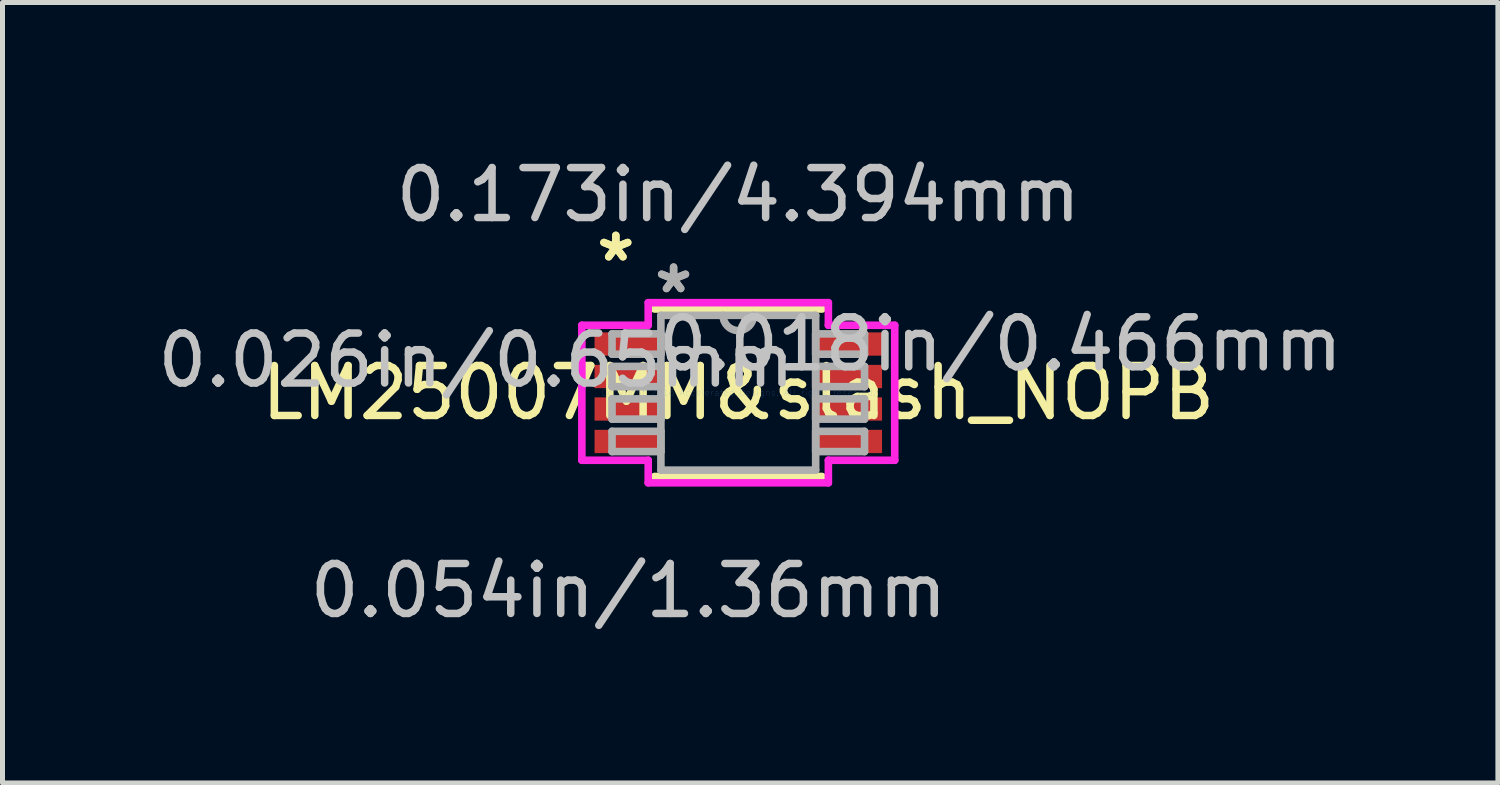
<source format=kicad_pcb>
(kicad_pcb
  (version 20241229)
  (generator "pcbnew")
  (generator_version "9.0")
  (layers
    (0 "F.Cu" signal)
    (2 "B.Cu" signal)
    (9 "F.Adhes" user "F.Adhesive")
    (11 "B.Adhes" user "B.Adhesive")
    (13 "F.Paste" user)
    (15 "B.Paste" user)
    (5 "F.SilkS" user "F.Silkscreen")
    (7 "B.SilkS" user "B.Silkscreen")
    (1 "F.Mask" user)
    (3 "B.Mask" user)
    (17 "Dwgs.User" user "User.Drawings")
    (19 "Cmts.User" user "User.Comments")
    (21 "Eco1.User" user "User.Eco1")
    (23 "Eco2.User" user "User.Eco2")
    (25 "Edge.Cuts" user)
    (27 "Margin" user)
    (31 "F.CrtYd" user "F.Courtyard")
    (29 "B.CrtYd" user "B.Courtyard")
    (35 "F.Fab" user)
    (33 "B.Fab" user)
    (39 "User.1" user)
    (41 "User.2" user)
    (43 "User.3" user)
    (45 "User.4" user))
  (footprint "LM25007MM&slash_NOPB"
    (layer "F.Cu")
    (at 11.727 4.811)
    (property "Reference" "LM25007MM&slash_NOPB" (at 0 0 0) (layer "F.SilkS") (effects (font (size 1 1) (thickness 0.15))))
    (attr through_hole)
    (fp_line (start -1.676 1.676) (end 1.676 1.676) (stroke (width 0.152) (type solid)) (layer "F.SilkS"))
    (fp_line (start 1.676 -1.676) (end -1.676 -1.676) (stroke (width 0.152) (type solid)) (layer "F.SilkS"))
    (fp_line (start -3.131 -1.351) (end -1.803 -1.351) (stroke (width 0.152) (type solid)) (layer "F.CrtYd"))
    (fp_line (start -3.131 1.351) (end -3.131 -1.351) (stroke (width 0.152) (type solid)) (layer "F.CrtYd"))
    (fp_line (start -1.803 -1.803) (end 1.803 -1.803) (stroke (width 0.152) (type solid)) (layer "F.CrtYd"))
    (fp_line (start -1.803 -1.351) (end -1.803 -1.803) (stroke (width 0.152) (type solid)) (layer "F.CrtYd"))
    (fp_line (start -1.803 1.351) (end -3.131 1.351) (stroke (width 0.152) (type solid)) (layer "F.CrtYd"))
    (fp_line (start -1.803 1.803) (end -1.803 1.351) (stroke (width 0.152) (type solid)) (layer "F.CrtYd"))
    (fp_line (start 1.803 -1.803) (end 1.803 -1.351) (stroke (width 0.152) (type solid)) (layer "F.CrtYd"))
    (fp_line (start 1.803 -1.351) (end 3.131 -1.351) (stroke (width 0.152) (type solid)) (layer "F.CrtYd"))
    (fp_line (start 1.803 1.351) (end 1.803 1.803) (stroke (width 0.152) (type solid)) (layer "F.CrtYd"))
    (fp_line (start 1.803 1.803) (end -1.803 1.803) (stroke (width 0.152) (type solid)) (layer "F.CrtYd"))
    (fp_line (start 3.131 -1.351) (end 3.131 1.351) (stroke (width 0.152) (type solid)) (layer "F.CrtYd"))
    (fp_line (start 3.131 1.351) (end 1.803 1.351) (stroke (width 0.152) (type solid)) (layer "F.CrtYd"))
    (fp_line (start -2.527 -1.178) (end -2.527 -0.772) (stroke (width 0.152) (type solid)) (layer "F.Fab"))
    (fp_line (start -2.527 -0.772) (end -1.549 -0.772) (stroke (width 0.152) (type solid)) (layer "F.Fab"))
    (fp_line (start -2.527 -0.528) (end -2.527 -0.122) (stroke (width 0.152) (type solid)) (layer "F.Fab"))
    (fp_line (start -2.527 -0.122) (end -1.549 -0.122) (stroke (width 0.152) (type solid)) (layer "F.Fab"))
    (fp_line (start -2.527 0.122) (end -2.527 0.528) (stroke (width 0.152) (type solid)) (layer "F.Fab"))
    (fp_line (start -2.527 0.528) (end -1.549 0.528) (stroke (width 0.152) (type solid)) (layer "F.Fab"))
    (fp_line (start -2.527 0.772) (end -2.527 1.178) (stroke (width 0.152) (type solid)) (layer "F.Fab"))
    (fp_line (start -2.527 1.178) (end -1.549 1.178) (stroke (width 0.152) (type solid)) (layer "F.Fab"))
    (fp_line (start -1.549 -1.549) (end -1.549 1.549) (stroke (width 0.152) (type solid)) (layer "F.Fab"))
    (fp_line (start -1.549 -1.178) (end -2.527 -1.178) (stroke (width 0.152) (type solid)) (layer "F.Fab"))
    (fp_line (start -1.549 -0.772) (end -1.549 -1.178) (stroke (width 0.152) (type solid)) (layer "F.Fab"))
    (fp_line (start -1.549 -0.528) (end -2.527 -0.528) (stroke (width 0.152) (type solid)) (layer "F.Fab"))
    (fp_line (start -1.549 -0.122) (end -1.549 -0.528) (stroke (width 0.152) (type solid)) (layer "F.Fab"))
    (fp_line (start -1.549 0.122) (end -2.527 0.122) (stroke (width 0.152) (type solid)) (layer "F.Fab"))
    (fp_line (start -1.549 0.528) (end -1.549 0.122) (stroke (width 0.152) (type solid)) (layer "F.Fab"))
    (fp_line (start -1.549 0.772) (end -2.527 0.772) (stroke (width 0.152) (type solid)) (layer "F.Fab"))
    (fp_line (start -1.549 1.178) (end -1.549 0.772) (stroke (width 0.152) (type solid)) (layer "F.Fab"))
    (fp_line (start -1.549 1.549) (end 1.549 1.549) (stroke (width 0.152) (type solid)) (layer "F.Fab"))
    (fp_line (start 1.549 -1.549) (end -1.549 -1.549) (stroke (width 0.152) (type solid)) (layer "F.Fab"))
    (fp_line (start 1.549 -1.178) (end 1.549 -0.772) (stroke (width 0.152) (type solid)) (layer "F.Fab"))
    (fp_line (start 1.549 -0.772) (end 2.527 -0.772) (stroke (width 0.152) (type solid)) (layer "F.Fab"))
    (fp_line (start 1.549 -0.528) (end 1.549 -0.122) (stroke (width 0.152) (type solid)) (layer "F.Fab"))
    (fp_line (start 1.549 -0.122) (end 2.527 -0.122) (stroke (width 0.152) (type solid)) (layer "F.Fab"))
    (fp_line (start 1.549 0.122) (end 1.549 0.528) (stroke (width 0.152) (type solid)) (layer "F.Fab"))
    (fp_line (start 1.549 0.528) (end 2.527 0.528) (stroke (width 0.152) (type solid)) (layer "F.Fab"))
    (fp_line (start 1.549 0.772) (end 1.549 1.178) (stroke (width 0.152) (type solid)) (layer "F.Fab"))
    (fp_line (start 1.549 1.178) (end 2.527 1.178) (stroke (width 0.152) (type solid)) (layer "F.Fab"))
    (fp_line (start 1.549 1.549) (end 1.549 -1.549) (stroke (width 0.152) (type solid)) (layer "F.Fab"))
    (fp_line (start 2.527 -1.178) (end 1.549 -1.178) (stroke (width 0.152) (type solid)) (layer "F.Fab"))
    (fp_line (start 2.527 -0.772) (end 2.527 -1.178) (stroke (width 0.152) (type solid)) (layer "F.Fab"))
    (fp_line (start 2.527 -0.528) (end 1.549 -0.528) (stroke (width 0.152) (type solid)) (layer "F.Fab"))
    (fp_line (start 2.527 -0.122) (end 2.527 -0.528) (stroke (width 0.152) (type solid)) (layer "F.Fab"))
    (fp_line (start 2.527 0.122) (end 1.549 0.122) (stroke (width 0.152) (type solid)) (layer "F.Fab"))
    (fp_line (start 2.527 0.528) (end 2.527 0.122) (stroke (width 0.152) (type solid)) (layer "F.Fab"))
    (fp_line (start 2.527 0.772) (end 1.549 0.772) (stroke (width 0.152) (type solid)) (layer "F.Fab"))
    (fp_line (start 2.527 1.178) (end 2.527 0.772) (stroke (width 0.152) (type solid)) (layer "F.Fab"))
    (fp_arc (start 0.3048 -1.5494) (mid 0 -1.2446) (end -0.3048 -1.5494) (stroke (width 0.1524) (type solid)) (layer "F.Fab"))
    (fp_text user "*" (at -2.451 -2.605 0) (layer "F.SilkS") (effects (font (size 1 1) (thickness 0.15))))
    (fp_text user "*" (at -2.451 -2.605 0) (layer "F.SilkS") (effects (font (size 1 1) (thickness 0.15))))
    (fp_text user "0.026in/0.65mm" (at -5.245 -0.65 0) (layer "Dwgs.User") (effects (font (size 1 1) (thickness 0.15))))
    (fp_text user "0.173in/4.394mm" (at 0 -3.962 0) (layer "Dwgs.User") (effects (font (size 1 1) (thickness 0.15))))
    (fp_text user "0.018in/0.466mm" (at 5.245 -0.975 0) (layer "Dwgs.User") (effects (font (size 1 1) (thickness 0.15))))
    (fp_text user "0.054in/1.36mm" (at -2.197 3.962 0) (layer "Dwgs.User") (effects (font (size 1 1) (thickness 0.15))))
    (fp_text user "Copyright 2016 Accelerated Designs. All rights reserved." (at 0 0 0) (layer "Cmts.User") (effects (font (size 0.127 0.127) (thickness 0.002))))
    (fp_text user "*" (at -1.295 -1.97 0) (layer "F.Fab") (effects (font (size 1 1) (thickness 0.15))))
    (fp_text user "*" (at -1.295 -1.97 0) (layer "F.Fab") (effects (font (size 1 1) (thickness 0.15))))
    (pad "1" smd rect (at -2.197 -0.975) (size 1.36 0.466) (layers "F.Cu" "F.Mask" "F.Paste"))
    (pad "2" smd rect (at -2.197 -0.325) (size 1.36 0.466) (layers "F.Cu" "F.Mask" "F.Paste"))
    (pad "3" smd rect (at -2.197 0.325) (size 1.36 0.466) (layers "F.Cu" "F.Mask" "F.Paste"))
    (pad "4" smd rect (at -2.197 0.975) (size 1.36 0.466) (layers "F.Cu" "F.Mask" "F.Paste"))
    (pad "5" smd rect (at 2.197 0.975) (size 1.36 0.466) (layers "F.Cu" "F.Mask" "F.Paste"))
    (pad "6" smd rect (at 2.197 0.325) (size 1.36 0.466) (layers "F.Cu" "F.Mask" "F.Paste"))
    (pad "7" smd rect (at 2.197 -0.325) (size 1.36 0.466) (layers "F.Cu" "F.Mask" "F.Paste"))
    (pad "8" smd rect (at 2.197 -0.975) (size 1.36 0.466) (layers "F.Cu" "F.Mask" "F.Paste")))
  (gr_rect
    (start -3 -3)
    (end 26.931 12.621)
    (stroke (width 0.1) (type default))
    (fill no)
    (layer "Edge.Cuts")))
</source>
